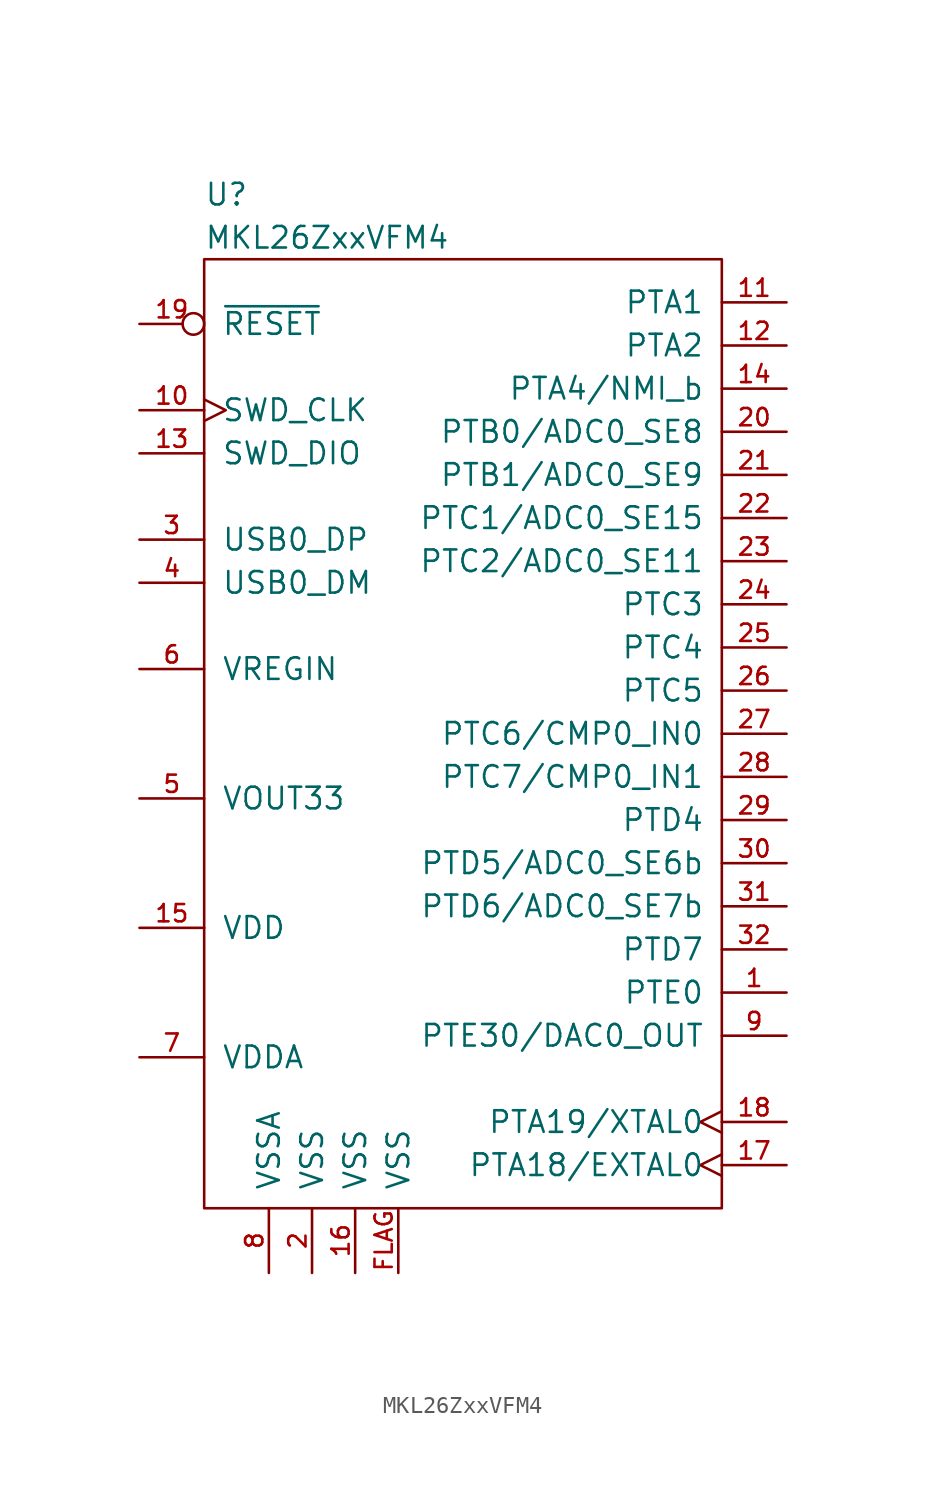
<source format=kicad_sym>
(kicad_symbol_lib
  (version 20211014)
  (generator kicad_symbol_editor)
  (symbol "MKL26ZxxVFM4"
    (pin_names
      (offset 1.016))
    (property "Reference" "U"
      (at -15.24 31.75 0)
      (effects (font (size 1.27 1.27)) (justify left)))
    (property "Value" "MKL26ZxxVFM4"
      (at -15.24 29.21 0)
      (effects (font (size 1.27 1.27)) (justify left)))
    (symbol "MKL26ZxxVFM4_0_1"
      (rectangle (start -15.24 27.94) (end 15.24 -27.94) (stroke (width 0) (type default) (color 0 0 0 0)) (fill (type none))))
    (symbol "MKL26ZxxVFM4_1_1"
      (pin tri_state line (at 19.05 -15.24 180) (length 3.81) (name "PTE0" (effects (font (size 1.27 1.27)))) (number "1" (effects (font (size 1.016 1.016)))))
      (pin input clock (at -19.05 19.05 0) (length 3.81) (name "SWD_CLK" (effects (font (size 1.27 1.27)))) (number "10" (effects (font (size 1.016 1.016)))))
      (pin tri_state line (at 19.05 25.4 180) (length 3.81) (name "PTA1" (effects (font (size 1.27 1.27)))) (number "11" (effects (font (size 1.016 1.016)))))
      (pin tri_state line (at 19.05 22.86 180) (length 3.81) (name "PTA2" (effects (font (size 1.27 1.27)))) (number "12" (effects (font (size 1.016 1.016)))))
      (pin bidirectional line (at -19.05 16.51 0) (length 3.81) (name "SWD_DIO" (effects (font (size 1.27 1.27)))) (number "13" (effects (font (size 1.016 1.016)))))
      (pin tri_state line (at 19.05 20.32 180) (length 3.81) (name "PTA4/NMI_b" (effects (font (size 1.27 1.27)))) (number "14" (effects (font (size 1.016 1.016)))))
      (pin power_in line (at -19.05 -11.43 0) (length 3.81) (name "VDD" (effects (font (size 1.27 1.27)))) (number "15" (effects (font (size 1.016 1.016)))))
      (pin power_in line (at -6.35 -31.75 90) (length 3.81) (name "VSS" (effects (font (size 1.27 1.27)))) (number "16" (effects (font (size 1.016 1.016)))))
      (pin tri_state clock (at 19.05 -25.4 180) (length 3.81) (name "PTA18/EXTAL0" (effects (font (size 1.27 1.27)))) (number "17" (effects (font (size 1.016 1.016)))))
      (pin tri_state clock (at 19.05 -22.86 180) (length 3.81) (name "PTA19/XTAL0" (effects (font (size 1.27 1.27)))) (number "18" (effects (font (size 1.016 1.016)))))
      (pin open_collector inverted (at -19.05 24.13 0) (length 3.81) (name "~{RESET}" (effects (font (size 1.27 1.27)))) (number "19" (effects (font (size 1.016 1.016)))))
      (pin power_in line (at -8.89 -31.75 90) (length 3.81) (name "VSS" (effects (font (size 1.27 1.27)))) (number "2" (effects (font (size 1.016 1.016)))))
      (pin tri_state line (at 19.05 17.78 180) (length 3.81) (name "PTB0/ADC0_SE8" (effects (font (size 1.27 1.27)))) (number "20" (effects (font (size 1.016 1.016)))))
      (pin tri_state line (at 19.05 15.24 180) (length 3.81) (name "PTB1/ADC0_SE9" (effects (font (size 1.27 1.27)))) (number "21" (effects (font (size 1.016 1.016)))))
      (pin tri_state line (at 19.05 12.7 180) (length 3.81) (name "PTC1/ADC0_SE15" (effects (font (size 1.27 1.27)))) (number "22" (effects (font (size 1.016 1.016)))))
      (pin tri_state line (at 19.05 10.16 180) (length 3.81) (name "PTC2/ADC0_SE11" (effects (font (size 1.27 1.27)))) (number "23" (effects (font (size 1.016 1.016)))))
      (pin tri_state line (at 19.05 7.62 180) (length 3.81) (name "PTC3" (effects (font (size 1.27 1.27)))) (number "24" (effects (font (size 1.016 1.016)))))
      (pin tri_state line (at 19.05 5.08 180) (length 3.81) (name "PTC4" (effects (font (size 1.27 1.27)))) (number "25" (effects (font (size 1.016 1.016)))))
      (pin tri_state line (at 19.05 2.54 180) (length 3.81) (name "PTC5" (effects (font (size 1.27 1.27)))) (number "26" (effects (font (size 1.016 1.016)))))
      (pin tri_state line (at 19.05 0 180) (length 3.81) (name "PTC6/CMP0_IN0" (effects (font (size 1.27 1.27)))) (number "27" (effects (font (size 1.016 1.016)))))
      (pin tri_state line (at 19.05 -2.54 180) (length 3.81) (name "PTC7/CMP0_IN1" (effects (font (size 1.27 1.27)))) (number "28" (effects (font (size 1.016 1.016)))))
      (pin tri_state line (at 19.05 -5.08 180) (length 3.81) (name "PTD4" (effects (font (size 1.27 1.27)))) (number "29" (effects (font (size 1.016 1.016)))))
      (pin bidirectional line (at -19.05 11.43 0) (length 3.81) (name "USB0_DP" (effects (font (size 1.27 1.27)))) (number "3" (effects (font (size 1.016 1.016)))))
      (pin tri_state line (at 19.05 -7.62 180) (length 3.81) (name "PTD5/ADC0_SE6b" (effects (font (size 1.27 1.27)))) (number "30" (effects (font (size 1.016 1.016)))))
      (pin tri_state line (at 19.05 -10.16 180) (length 3.81) (name "PTD6/ADC0_SE7b" (effects (font (size 1.27 1.27)))) (number "31" (effects (font (size 1.016 1.016)))))
      (pin tri_state line (at 19.05 -12.7 180) (length 3.81) (name "PTD7" (effects (font (size 1.27 1.27)))) (number "32" (effects (font (size 1.016 1.016)))))
      (pin bidirectional line (at -19.05 8.89 0) (length 3.81) (name "USB0_DM" (effects (font (size 1.27 1.27)))) (number "4" (effects (font (size 1.016 1.016)))))
      (pin power_out line (at -19.05 -3.81 0) (length 3.81) (name "VOUT33" (effects (font (size 1.27 1.27)))) (number "5" (effects (font (size 1.016 1.016)))))
      (pin power_in line (at -19.05 3.81 0) (length 3.81) (name "VREGIN" (effects (font (size 1.27 1.27)))) (number "6" (effects (font (size 1.016 1.016)))))
      (pin power_in line (at -19.05 -19.05 0) (length 3.81) (name "VDDA" (effects (font (size 1.27 1.27)))) (number "7" (effects (font (size 1.016 1.016)))))
      (pin power_in line (at -11.43 -31.75 90) (length 3.81) (name "VSSA" (effects (font (size 1.27 1.27)))) (number "8" (effects (font (size 1.016 1.016)))))
      (pin tri_state line (at 19.05 -17.78 180) (length 3.81) (name "PTE30/DAC0_OUT" (effects (font (size 1.27 1.27)))) (number "9" (effects (font (size 1.016 1.016)))))
      (pin power_in line (at -3.81 -31.75 90) (length 3.81) (name "VSS" (effects (font (size 1.27 1.27)))) (number "FLAG" (effects (font (size 1.016 1.016))))))))
</source>
